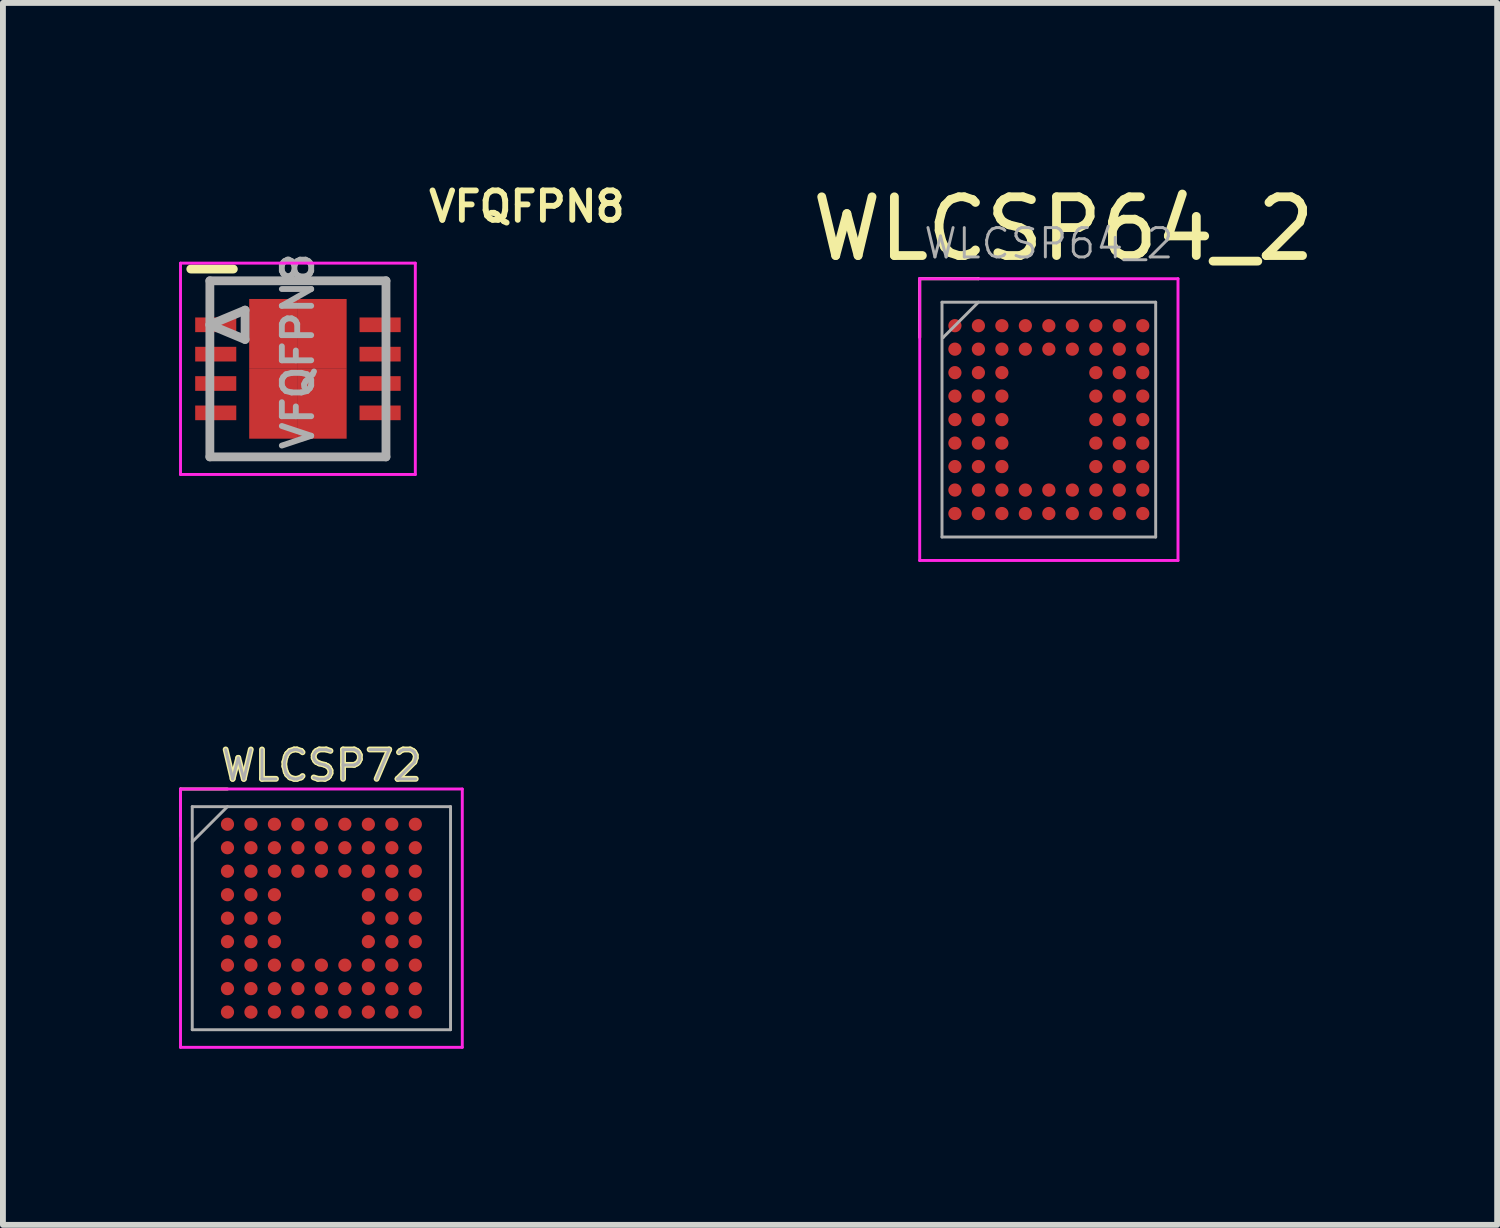
<source format=kicad_pcb>
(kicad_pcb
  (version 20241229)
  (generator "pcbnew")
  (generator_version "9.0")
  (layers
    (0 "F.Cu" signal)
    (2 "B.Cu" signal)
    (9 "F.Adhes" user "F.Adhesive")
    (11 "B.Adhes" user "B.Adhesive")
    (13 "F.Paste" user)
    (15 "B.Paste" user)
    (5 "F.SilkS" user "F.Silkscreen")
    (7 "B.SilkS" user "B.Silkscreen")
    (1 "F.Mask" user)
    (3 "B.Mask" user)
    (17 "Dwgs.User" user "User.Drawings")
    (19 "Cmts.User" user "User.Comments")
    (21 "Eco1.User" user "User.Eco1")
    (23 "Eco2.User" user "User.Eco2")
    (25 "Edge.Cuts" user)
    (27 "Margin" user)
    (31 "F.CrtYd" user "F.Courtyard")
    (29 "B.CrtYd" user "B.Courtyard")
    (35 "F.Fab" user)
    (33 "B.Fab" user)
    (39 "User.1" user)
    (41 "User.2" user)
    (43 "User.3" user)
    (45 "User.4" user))
  (footprint "WLCSP72"
    (layer "F.Cu")
    (at 2.425 12.591)
    (property "Reference" "WLCSP72" (at 0 -2.6 0) (layer "F.SilkS") (effects (font (size 0.5 0.5) (thickness 0.1))))
    (attr smd)
    (fp_line (start -2.4 -2.2) (end -1.6 -2.2) (stroke (width 0.05) (type solid)) (layer "F.SilkS"))
    (fp_line (start -2.4 -1.4) (end -2.4 -2.2) (stroke (width 0.05) (type solid)) (layer "F.SilkS"))
    (fp_line (start -2.4 -2.2) (end 2.4 -2.2) (stroke (width 0.05) (type solid)) (layer "F.CrtYd"))
    (fp_line (start -2.4 2.2) (end -2.4 -2.2) (stroke (width 0.05) (type solid)) (layer "F.CrtYd"))
    (fp_line (start 2.4 -2.2) (end 2.4 2.2) (stroke (width 0.05) (type solid)) (layer "F.CrtYd"))
    (fp_line (start 2.4 2.2) (end -2.4 2.2) (stroke (width 0.05) (type solid)) (layer "F.CrtYd"))
    (fp_line (start -2.2 -1.9) (end 2.2 -1.9) (stroke (width 0.05) (type solid)) (layer "F.Fab"))
    (fp_line (start -2.2 1.9) (end -2.2 -1.9) (stroke (width 0.05) (type solid)) (layer "F.Fab"))
    (fp_line (start -1.6 -1.9) (end -2.2 -1.3) (stroke (width 0.05) (type solid)) (layer "F.Fab"))
    (fp_line (start 2.2 -1.9) (end 2.2 1.9) (stroke (width 0.05) (type solid)) (layer "F.Fab"))
    (fp_line (start 2.2 1.9) (end -2.2 1.9) (stroke (width 0.05) (type solid)) (layer "F.Fab"))
    (fp_text user "${REFERENCE}" (at 0 -2.6 0) (layer "F.Fab") (effects (font (size 0.5 0.5) (thickness 0.05))))
    (pad "A1" smd circle (at -1.6 -1.6) (size 0.225 0.225) (layers "F.Cu" "F.Mask" "F.Paste"))
    (pad "A2" smd circle (at -1.2 -1.6) (size 0.225 0.225) (layers "F.Cu" "F.Mask" "F.Paste"))
    (pad "A3" smd circle (at -0.8 -1.6) (size 0.225 0.225) (layers "F.Cu" "F.Mask" "F.Paste"))
    (pad "A4" smd circle (at -0.4 -1.6) (size 0.225 0.225) (layers "F.Cu" "F.Mask" "F.Paste"))
    (pad "A5" smd circle (at 0 -1.6) (size 0.225 0.225) (layers "F.Cu" "F.Mask" "F.Paste"))
    (pad "A6" smd circle (at 0.4 -1.6) (size 0.225 0.225) (layers "F.Cu" "F.Mask" "F.Paste"))
    (pad "A7" smd circle (at 0.8 -1.6) (size 0.225 0.225) (layers "F.Cu" "F.Mask" "F.Paste"))
    (pad "A8" smd circle (at 1.2 -1.6) (size 0.225 0.225) (layers "F.Cu" "F.Mask" "F.Paste"))
    (pad "A9" smd circle (at 1.6 -1.6) (size 0.225 0.225) (layers "F.Cu" "F.Mask" "F.Paste"))
    (pad "B1" smd circle (at -1.6 -1.2) (size 0.225 0.225) (layers "F.Cu" "F.Mask" "F.Paste"))
    (pad "B2" smd circle (at -1.2 -1.2) (size 0.225 0.225) (layers "F.Cu" "F.Mask" "F.Paste"))
    (pad "B3" smd circle (at -0.8 -1.2) (size 0.225 0.225) (layers "F.Cu" "F.Mask" "F.Paste"))
    (pad "B4" smd circle (at -0.4 -1.2) (size 0.225 0.225) (layers "F.Cu" "F.Mask" "F.Paste"))
    (pad "B5" smd circle (at 0 -1.2) (size 0.225 0.225) (layers "F.Cu" "F.Mask" "F.Paste"))
    (pad "B6" smd circle (at 0.4 -1.2) (size 0.225 0.225) (layers "F.Cu" "F.Mask" "F.Paste"))
    (pad "B7" smd circle (at 0.8 -1.2) (size 0.225 0.225) (layers "F.Cu" "F.Mask" "F.Paste"))
    (pad "B8" smd circle (at 1.2 -1.2) (size 0.225 0.225) (layers "F.Cu" "F.Mask" "F.Paste"))
    (pad "B9" smd circle (at 1.6 -1.2) (size 0.225 0.225) (layers "F.Cu" "F.Mask" "F.Paste"))
    (pad "C1" smd circle (at -1.6 -0.8) (size 0.225 0.225) (layers "F.Cu" "F.Mask" "F.Paste"))
    (pad "C2" smd circle (at -1.2 -0.8) (size 0.225 0.225) (layers "F.Cu" "F.Mask" "F.Paste"))
    (pad "C3" smd circle (at -0.8 -0.8) (size 0.225 0.225) (layers "F.Cu" "F.Mask" "F.Paste"))
    (pad "C4" smd circle (at -0.4 -0.8) (size 0.225 0.225) (layers "F.Cu" "F.Mask" "F.Paste"))
    (pad "C5" smd circle (at 0 -0.8) (size 0.225 0.225) (layers "F.Cu" "F.Mask" "F.Paste"))
    (pad "C6" smd circle (at 0.4 -0.8) (size 0.225 0.225) (layers "F.Cu" "F.Mask" "F.Paste"))
    (pad "C7" smd circle (at 0.8 -0.8) (size 0.225 0.225) (layers "F.Cu" "F.Mask" "F.Paste"))
    (pad "C8" smd circle (at 1.2 -0.8) (size 0.225 0.225) (layers "F.Cu" "F.Mask" "F.Paste"))
    (pad "C9" smd circle (at 1.6 -0.8) (size 0.225 0.225) (layers "F.Cu" "F.Mask" "F.Paste"))
    (pad "D1" smd circle (at -1.6 -0.4) (size 0.225 0.225) (layers "F.Cu" "F.Mask" "F.Paste"))
    (pad "D2" smd circle (at -1.2 -0.4) (size 0.225 0.225) (layers "F.Cu" "F.Mask" "F.Paste"))
    (pad "D3" smd circle (at -0.8 -0.4) (size 0.225 0.225) (layers "F.Cu" "F.Mask" "F.Paste"))
    (pad "D7" smd circle (at 0.8 -0.4) (size 0.225 0.225) (layers "F.Cu" "F.Mask" "F.Paste"))
    (pad "D8" smd circle (at 1.2 -0.4) (size 0.225 0.225) (layers "F.Cu" "F.Mask" "F.Paste"))
    (pad "D9" smd circle (at 1.6 -0.4) (size 0.225 0.225) (layers "F.Cu" "F.Mask" "F.Paste"))
    (pad "E1" smd circle (at -1.6 0) (size 0.225 0.225) (layers "F.Cu" "F.Mask" "F.Paste"))
    (pad "E2" smd circle (at -1.2 0) (size 0.225 0.225) (layers "F.Cu" "F.Mask" "F.Paste"))
    (pad "E3" smd circle (at -0.8 0) (size 0.225 0.225) (layers "F.Cu" "F.Mask" "F.Paste"))
    (pad "E7" smd circle (at 0.8 0) (size 0.225 0.225) (layers "F.Cu" "F.Mask" "F.Paste"))
    (pad "E8" smd circle (at 1.2 0) (size 0.225 0.225) (layers "F.Cu" "F.Mask" "F.Paste"))
    (pad "E9" smd circle (at 1.6 0) (size 0.225 0.225) (layers "F.Cu" "F.Mask" "F.Paste"))
    (pad "F1" smd circle (at -1.6 0.4) (size 0.225 0.225) (layers "F.Cu" "F.Mask" "F.Paste"))
    (pad "F2" smd circle (at -1.2 0.4) (size 0.225 0.225) (layers "F.Cu" "F.Mask" "F.Paste"))
    (pad "F3" smd circle (at -0.8 0.4) (size 0.225 0.225) (layers "F.Cu" "F.Mask" "F.Paste"))
    (pad "F7" smd circle (at 0.8 0.4) (size 0.225 0.225) (layers "F.Cu" "F.Mask" "F.Paste"))
    (pad "F8" smd circle (at 1.2 0.4) (size 0.225 0.225) (layers "F.Cu" "F.Mask" "F.Paste"))
    (pad "F9" smd circle (at 1.6 0.4) (size 0.225 0.225) (layers "F.Cu" "F.Mask" "F.Paste"))
    (pad "G1" smd circle (at -1.6 0.8) (size 0.225 0.225) (layers "F.Cu" "F.Mask" "F.Paste"))
    (pad "G2" smd circle (at -1.2 0.8) (size 0.225 0.225) (layers "F.Cu" "F.Mask" "F.Paste"))
    (pad "G3" smd circle (at -0.8 0.8) (size 0.225 0.225) (layers "F.Cu" "F.Mask" "F.Paste"))
    (pad "G4" smd circle (at -0.4 0.8) (size 0.225 0.225) (layers "F.Cu" "F.Mask" "F.Paste"))
    (pad "G5" smd circle (at 0 0.8) (size 0.225 0.225) (layers "F.Cu" "F.Mask" "F.Paste"))
    (pad "G6" smd circle (at 0.4 0.8) (size 0.225 0.225) (layers "F.Cu" "F.Mask" "F.Paste"))
    (pad "G7" smd circle (at 0.8 0.8) (size 0.225 0.225) (layers "F.Cu" "F.Mask" "F.Paste"))
    (pad "G8" smd circle (at 1.2 0.8) (size 0.225 0.225) (layers "F.Cu" "F.Mask" "F.Paste"))
    (pad "G9" smd circle (at 1.6 0.8) (size 0.225 0.225) (layers "F.Cu" "F.Mask" "F.Paste"))
    (pad "H1" smd circle (at -1.6 1.2) (size 0.225 0.225) (layers "F.Cu" "F.Mask" "F.Paste"))
    (pad "H2" smd circle (at -1.2 1.2) (size 0.225 0.225) (layers "F.Cu" "F.Mask" "F.Paste"))
    (pad "H3" smd circle (at -0.8 1.2) (size 0.225 0.225) (layers "F.Cu" "F.Mask" "F.Paste"))
    (pad "H4" smd circle (at -0.4 1.2) (size 0.225 0.225) (layers "F.Cu" "F.Mask" "F.Paste"))
    (pad "H5" smd circle (at 0 1.2) (size 0.225 0.225) (layers "F.Cu" "F.Mask" "F.Paste"))
    (pad "H6" smd circle (at 0.4 1.2) (size 0.225 0.225) (layers "F.Cu" "F.Mask" "F.Paste"))
    (pad "H7" smd circle (at 0.8 1.2) (size 0.225 0.225) (layers "F.Cu" "F.Mask" "F.Paste"))
    (pad "H8" smd circle (at 1.2 1.2) (size 0.225 0.225) (layers "F.Cu" "F.Mask" "F.Paste"))
    (pad "H9" smd circle (at 1.6 1.2) (size 0.225 0.225) (layers "F.Cu" "F.Mask" "F.Paste"))
    (pad "J1" smd circle (at -1.6 1.6) (size 0.225 0.225) (layers "F.Cu" "F.Mask" "F.Paste"))
    (pad "J2" smd circle (at -1.2 1.6) (size 0.225 0.225) (layers "F.Cu" "F.Mask" "F.Paste"))
    (pad "J3" smd circle (at -0.8 1.6) (size 0.225 0.225) (layers "F.Cu" "F.Mask" "F.Paste"))
    (pad "J4" smd circle (at -0.4 1.6) (size 0.225 0.225) (layers "F.Cu" "F.Mask" "F.Paste"))
    (pad "J5" smd circle (at 0 1.6) (size 0.225 0.225) (layers "F.Cu" "F.Mask" "F.Paste"))
    (pad "J6" smd circle (at 0.4 1.6) (size 0.225 0.225) (layers "F.Cu" "F.Mask" "F.Paste"))
    (pad "J7" smd circle (at 0.8 1.6) (size 0.225 0.225) (layers "F.Cu" "F.Mask" "F.Paste"))
    (pad "J8" smd circle (at 1.2 1.6) (size 0.225 0.225) (layers "F.Cu" "F.Mask" "F.Paste"))
    (pad "J9" smd circle (at 1.6 1.6) (size 0.225 0.225) (layers "F.Cu" "F.Mask" "F.Paste")))
  (footprint "VFQFPN8"
    (layer "F.Cu")
    (at 2.025 3.233)
    (property "Reference" "VFQFPN8" (at 3.9 -2.765 0) (layer "F.SilkS") (effects (font (size 0.5 0.5) (thickness 0.1))))
    (attr smd)
    (fp_line (start -1.825 -1.7) (end -1.1 -1.7) (stroke (width 0.15) (type solid)) (layer "F.SilkS"))
    (fp_line (start -2 -1.8) (end -2 1.8) (stroke (width 0.05) (type solid)) (layer "F.CrtYd"))
    (fp_line (start -2 -1.8) (end 2 -1.8) (stroke (width 0.05) (type solid)) (layer "F.CrtYd"))
    (fp_line (start -2 1.8) (end 2 1.8) (stroke (width 0.05) (type solid)) (layer "F.CrtYd"))
    (fp_line (start 2 -1.8) (end 2 1.8) (stroke (width 0.05) (type solid)) (layer "F.CrtYd"))
    (fp_line (start -1.5 -1.5) (end 1.5 -1.5) (stroke (width 0.15) (type solid)) (layer "F.Fab"))
    (fp_line (start -1.5 -0.75) (end -0.9 -1) (stroke (width 0.15) (type solid)) (layer "F.Fab"))
    (fp_line (start -1.5 1.5) (end -1.5 -1.5) (stroke (width 0.15) (type solid)) (layer "F.Fab"))
    (fp_line (start -0.9 -1) (end -0.9 -0.5) (stroke (width 0.15) (type solid)) (layer "F.Fab"))
    (fp_line (start -0.9 -0.5) (end -1.5 -0.75) (stroke (width 0.15) (type solid)) (layer "F.Fab"))
    (fp_line (start 1.5 -1.5) (end 1.5 1.5) (stroke (width 0.15) (type solid)) (layer "F.Fab"))
    (fp_line (start 1.5 1.5) (end -1.5 1.5) (stroke (width 0.15) (type solid)) (layer "F.Fab"))
    (fp_text user "${REFERENCE}" (at 0 -0.3 90) (layer "F.Fab") (effects (font (size 0.5 0.5) (thickness 0.1))))
    (pad "1" smd rect (at -1.4 -0.75) (size 0.7 0.25) (layers "F.Cu" "F.Mask" "F.Paste"))
    (pad "2" smd rect (at -1.4 -0.25) (size 0.7 0.25) (layers "F.Cu" "F.Mask" "F.Paste"))
    (pad "3" smd rect (at -1.4 0.25) (size 0.7 0.25) (layers "F.Cu" "F.Mask" "F.Paste"))
    (pad "4" smd rect (at -1.4 0.75) (size 0.7 0.25) (layers "F.Cu" "F.Mask" "F.Paste"))
    (pad "5" smd rect (at 1.4 0.75) (size 0.7 0.25) (layers "F.Cu" "F.Mask" "F.Paste"))
    (pad "6" smd rect (at 1.4 0.25) (size 0.7 0.25) (layers "F.Cu" "F.Mask" "F.Paste"))
    (pad "7" smd rect (at 1.4 -0.25) (size 0.7 0.25) (layers "F.Cu" "F.Mask" "F.Paste"))
    (pad "8" smd rect (at 1.4 -0.75) (size 0.7 0.25) (layers "F.Cu" "F.Mask" "F.Paste"))
    (pad "9" smd rect (at -0.415 -0.595) (size 0.83 1.19) (layers "F.Cu" "F.Mask" "F.Paste"))
    (pad "9" smd rect (at -0.415 0.595) (size 0.83 1.19) (layers "F.Cu" "F.Mask" "F.Paste"))
    (pad "9" smd rect (at 0.415 -0.595) (size 0.83 1.19) (layers "F.Cu" "F.Mask" "F.Paste"))
    (pad "9" smd rect (at 0.415 0.595) (size 0.83 1.19) (layers "F.Cu" "F.Mask" "F.Paste")))
  (footprint "WLCSP64_2"
    (layer "F.Cu")
    (at 14.817 4.098)
    (property "Reference" "WLCSP64_2" (at 0.25 -3.25 0) (layer "F.SilkS") (effects (font (size 1 1) (thickness 0.15))))
    (attr smd)
    (fp_line (start -2.2 -2.4) (end -1.2 -2.4) (stroke (width 0.05) (type solid)) (layer "F.SilkS"))
    (fp_line (start -2.2 -1.4) (end -2.2 -2.4) (stroke (width 0.05) (type solid)) (layer "F.SilkS"))
    (fp_line (start -1.2 -2.4) (end -1.2 -2.4) (stroke (width 0.05) (type solid)) (layer "F.SilkS"))
    (fp_line (start -2.2 -2.4) (end -2.2 -2.4) (stroke (width 0.05) (type solid)) (layer "F.CrtYd"))
    (fp_line (start -2.2 -2.4) (end -2.2 -2.4) (stroke (width 0.05) (type solid)) (layer "F.CrtYd"))
    (fp_line (start -2.2 -2.4) (end 2.2 -2.4) (stroke (width 0.05) (type solid)) (layer "F.CrtYd"))
    (fp_line (start -2.2 2.4) (end -2.2 -2.4) (stroke (width 0.05) (type solid)) (layer "F.CrtYd"))
    (fp_line (start 2.2 -2.4) (end 2.2 2.4) (stroke (width 0.05) (type solid)) (layer "F.CrtYd"))
    (fp_line (start 2.2 2.4) (end -2.2 2.4) (stroke (width 0.05) (type solid)) (layer "F.CrtYd"))
    (fp_line (start -1.82 -2) (end 1.82 -2) (stroke (width 0.05) (type solid)) (layer "F.Fab"))
    (fp_line (start -1.82 2) (end -1.82 -2) (stroke (width 0.05) (type solid)) (layer "F.Fab"))
    (fp_line (start -1.8 -1.4) (end -1.8 -1.4) (stroke (width 0.05) (type solid)) (layer "F.Fab"))
    (fp_line (start -1.2 -2) (end -1.8 -1.4) (stroke (width 0.05) (type solid)) (layer "F.Fab"))
    (fp_line (start 1.82 -2) (end 1.82 2) (stroke (width 0.05) (type solid)) (layer "F.Fab"))
    (fp_line (start 1.82 2) (end -1.82 2) (stroke (width 0.05) (type solid)) (layer "F.Fab"))
    (fp_text user "${REFERENCE}" (at 0 -3 0) (layer "F.Fab") (effects (font (size 0.5 0.5) (thickness 0.05))))
    (pad "A1" smd circle (at -1.6 -1.6) (size 0.225 0.225) (layers "F.Cu" "F.Mask" "F.Paste"))
    (pad "A2" smd circle (at -1.2 -1.6) (size 0.225 0.225) (layers "F.Cu" "F.Mask" "F.Paste"))
    (pad "A3" smd circle (at -0.8 -1.6) (size 0.225 0.225) (layers "F.Cu" "F.Mask" "F.Paste"))
    (pad "A4" smd circle (at -0.4 -1.6) (size 0.225 0.225) (layers "F.Cu" "F.Mask" "F.Paste"))
    (pad "A5" smd circle (at 0 -1.6) (size 0.225 0.225) (layers "F.Cu" "F.Mask" "F.Paste"))
    (pad "A6" smd circle (at 0.4 -1.6) (size 0.225 0.225) (layers "F.Cu" "F.Mask" "F.Paste"))
    (pad "A7" smd circle (at 0.8 -1.6) (size 0.225 0.225) (layers "F.Cu" "F.Mask" "F.Paste"))
    (pad "A8" smd circle (at 1.2 -1.6) (size 0.225 0.225) (layers "F.Cu" "F.Mask" "F.Paste"))
    (pad "A9" smd circle (at 1.6 -1.6) (size 0.225 0.225) (layers "F.Cu" "F.Mask" "F.Paste"))
    (pad "B1" smd circle (at -1.6 -1.2) (size 0.225 0.225) (layers "F.Cu" "F.Mask" "F.Paste"))
    (pad "B2" smd circle (at -1.2 -1.2) (size 0.225 0.225) (layers "F.Cu" "F.Mask" "F.Paste"))
    (pad "B3" smd circle (at -0.8 -1.2) (size 0.225 0.225) (layers "F.Cu" "F.Mask" "F.Paste"))
    (pad "B4" smd circle (at -0.4 -1.2) (size 0.225 0.225) (layers "F.Cu" "F.Mask" "F.Paste"))
    (pad "B5" smd circle (at 0 -1.2) (size 0.225 0.225) (layers "F.Cu" "F.Mask" "F.Paste"))
    (pad "B6" smd circle (at 0.4 -1.2) (size 0.225 0.225) (layers "F.Cu" "F.Mask" "F.Paste"))
    (pad "B7" smd circle (at 0.8 -1.2) (size 0.225 0.225) (layers "F.Cu" "F.Mask" "F.Paste"))
    (pad "B8" smd circle (at 1.2 -1.2) (size 0.225 0.225) (layers "F.Cu" "F.Mask" "F.Paste"))
    (pad "B9" smd circle (at 1.6 -1.2) (size 0.225 0.225) (layers "F.Cu" "F.Mask" "F.Paste"))
    (pad "C1" smd circle (at -1.6 -0.8) (size 0.225 0.225) (layers "F.Cu" "F.Mask" "F.Paste"))
    (pad "C2" smd circle (at -1.2 -0.8) (size 0.225 0.225) (layers "F.Cu" "F.Mask" "F.Paste"))
    (pad "C3" smd circle (at -0.8 -0.8) (size 0.225 0.225) (layers "F.Cu" "F.Mask" "F.Paste"))
    (pad "C7" smd circle (at 0.8 -0.8) (size 0.225 0.225) (layers "F.Cu" "F.Mask" "F.Paste"))
    (pad "C8" smd circle (at 1.2 -0.8) (size 0.225 0.225) (layers "F.Cu" "F.Mask" "F.Paste"))
    (pad "C9" smd circle (at 1.6 -0.8) (size 0.225 0.225) (layers "F.Cu" "F.Mask" "F.Paste"))
    (pad "D1" smd circle (at -1.6 -0.4) (size 0.225 0.225) (layers "F.Cu" "F.Mask" "F.Paste"))
    (pad "D2" smd circle (at -1.2 -0.4) (size 0.225 0.225) (layers "F.Cu" "F.Mask" "F.Paste"))
    (pad "D3" smd circle (at -0.8 -0.4) (size 0.225 0.225) (layers "F.Cu" "F.Mask" "F.Paste"))
    (pad "D7" smd circle (at 0.8 -0.4) (size 0.225 0.225) (layers "F.Cu" "F.Mask" "F.Paste"))
    (pad "D8" smd circle (at 1.2 -0.4) (size 0.225 0.225) (layers "F.Cu" "F.Mask" "F.Paste"))
    (pad "D9" smd circle (at 1.6 -0.4) (size 0.225 0.225) (layers "F.Cu" "F.Mask" "F.Paste"))
    (pad "E1" smd circle (at -1.6 0) (size 0.225 0.225) (layers "F.Cu" "F.Mask" "F.Paste"))
    (pad "E2" smd circle (at -1.2 0) (size 0.225 0.225) (layers "F.Cu" "F.Mask" "F.Paste"))
    (pad "E3" smd circle (at -0.8 0) (size 0.225 0.225) (layers "F.Cu" "F.Mask" "F.Paste"))
    (pad "E7" smd circle (at 0.8 0) (size 0.225 0.225) (layers "F.Cu" "F.Mask" "F.Paste"))
    (pad "E8" smd circle (at 1.2 0) (size 0.225 0.225) (layers "F.Cu" "F.Mask" "F.Paste"))
    (pad "E9" smd circle (at 1.6 0) (size 0.225 0.225) (layers "F.Cu" "F.Mask" "F.Paste"))
    (pad "F1" smd circle (at -1.6 0.4) (size 0.225 0.225) (layers "F.Cu" "F.Mask" "F.Paste"))
    (pad "F2" smd circle (at -1.2 0.4) (size 0.225 0.225) (layers "F.Cu" "F.Mask" "F.Paste"))
    (pad "F3" smd circle (at -0.8 0.4) (size 0.225 0.225) (layers "F.Cu" "F.Mask" "F.Paste"))
    (pad "F7" smd circle (at 0.8 0.4) (size 0.225 0.225) (layers "F.Cu" "F.Mask" "F.Paste"))
    (pad "F8" smd circle (at 1.2 0.4) (size 0.225 0.225) (layers "F.Cu" "F.Mask" "F.Paste"))
    (pad "F9" smd circle (at 1.6 0.4) (size 0.225 0.225) (layers "F.Cu" "F.Mask" "F.Paste"))
    (pad "G1" smd circle (at -1.6 0.8) (size 0.225 0.225) (layers "F.Cu" "F.Mask" "F.Paste"))
    (pad "G2" smd circle (at -1.2 0.8) (size 0.225 0.225) (layers "F.Cu" "F.Mask" "F.Paste"))
    (pad "G3" smd circle (at -0.8 0.8) (size 0.225 0.225) (layers "F.Cu" "F.Mask" "F.Paste"))
    (pad "G7" smd circle (at 0.8 0.8) (size 0.225 0.225) (layers "F.Cu" "F.Mask" "F.Paste"))
    (pad "G8" smd circle (at 1.2 0.8) (size 0.225 0.225) (layers "F.Cu" "F.Mask" "F.Paste"))
    (pad "G9" smd circle (at 1.6 0.8) (size 0.225 0.225) (layers "F.Cu" "F.Mask" "F.Paste"))
    (pad "H1" smd circle (at -1.6 1.2) (size 0.225 0.225) (layers "F.Cu" "F.Mask" "F.Paste"))
    (pad "H2" smd circle (at -1.2 1.2) (size 0.225 0.225) (layers "F.Cu" "F.Mask" "F.Paste"))
    (pad "H3" smd circle (at -0.8 1.2) (size 0.225 0.225) (layers "F.Cu" "F.Mask" "F.Paste"))
    (pad "H4" smd circle (at -0.4 1.2) (size 0.225 0.225) (layers "F.Cu" "F.Mask" "F.Paste"))
    (pad "H5" smd circle (at 0 1.2) (size 0.225 0.225) (layers "F.Cu" "F.Mask" "F.Paste"))
    (pad "H6" smd circle (at 0.4 1.2) (size 0.225 0.225) (layers "F.Cu" "F.Mask" "F.Paste"))
    (pad "H7" smd circle (at 0.8 1.2) (size 0.225 0.225) (layers "F.Cu" "F.Mask" "F.Paste"))
    (pad "H8" smd circle (at 1.2 1.2) (size 0.225 0.225) (layers "F.Cu" "F.Mask" "F.Paste"))
    (pad "H9" smd circle (at 1.6 1.2) (size 0.225 0.225) (layers "F.Cu" "F.Mask" "F.Paste"))
    (pad "J1" smd circle (at -1.6 1.6) (size 0.225 0.225) (layers "F.Cu" "F.Mask" "F.Paste"))
    (pad "J2" smd circle (at -1.2 1.6) (size 0.225 0.225) (layers "F.Cu" "F.Mask" "F.Paste"))
    (pad "J3" smd circle (at -0.8 1.6) (size 0.225 0.225) (layers "F.Cu" "F.Mask" "F.Paste"))
    (pad "J4" smd circle (at -0.4 1.6) (size 0.225 0.225) (layers "F.Cu" "F.Mask" "F.Paste"))
    (pad "J5" smd circle (at 0 1.6) (size 0.225 0.225) (layers "F.Cu" "F.Mask" "F.Paste"))
    (pad "J6" smd circle (at 0.4 1.6) (size 0.225 0.225) (layers "F.Cu" "F.Mask" "F.Paste"))
    (pad "J7" smd circle (at 0.8 1.6) (size 0.225 0.225) (layers "F.Cu" "F.Mask" "F.Paste"))
    (pad "J8" smd circle (at 1.2 1.6) (size 0.225 0.225) (layers "F.Cu" "F.Mask" "F.Paste"))
    (pad "J9" smd circle (at 1.6 1.6) (size 0.225 0.225) (layers "F.Cu" "F.Mask" "F.Paste")))
  (gr_rect
    (start -3 -3)
    (end 22.454 17.816)
    (stroke (width 0.1) (type default))
    (fill no)
    (layer "Edge.Cuts")))
</source>
